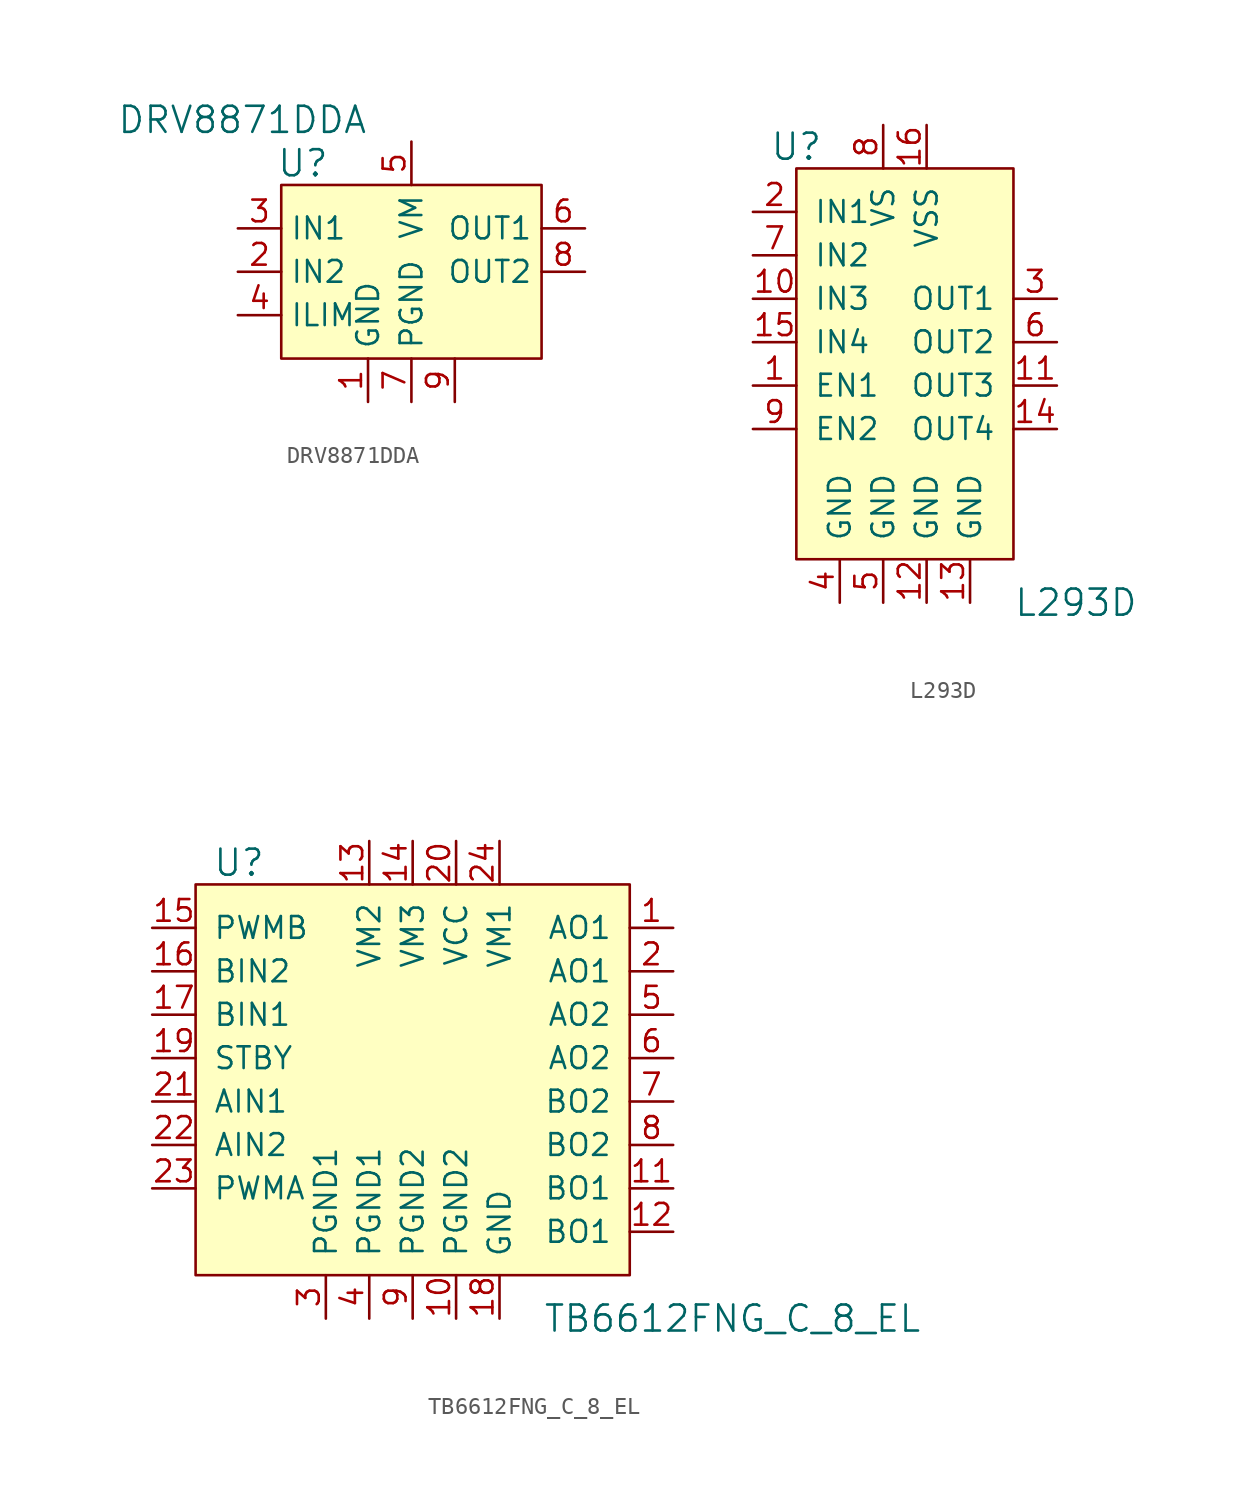
<source format=kicad_sym>
(kicad_symbol_lib
  (version 20201005)
  (generator kicad_symbol_editor)
  (symbol "DRV8871DDA"
    (property "Reference" "U"
      (at -6.35 3.81 0)
      (effects (font (size 1.524 1.524))))
    (property "Value" "DRV8871DDA"
      (at -2.54 6.35 0)
      (effects (font (size 1.524 1.524)) (justify right)))
    (symbol "DRV8871DDA_0_1"
      (rectangle (start -7.62 2.54) (end 7.62 -7.62) (stroke (width 0)) (fill (type background))))
    (symbol "DRV8871DDA_1_1"
      (pin power_in line (at -2.54 -10.16 90) (length 2.54) (name "GND" (effects (font (size 1.27 1.27)))) (number "1" (effects (font (size 1.27 1.27)))))
      (pin input line (at -10.16 -2.54 0) (length 2.54) (name "IN2" (effects (font (size 1.27 1.27)))) (number "2" (effects (font (size 1.27 1.27)))))
      (pin input line (at -10.16 0 0) (length 2.54) (name "IN1" (effects (font (size 1.27 1.27)))) (number "3" (effects (font (size 1.27 1.27)))))
      (pin input line (at -10.16 -5.08 0) (length 2.54) (name "ILIM" (effects (font (size 1.27 1.27)))) (number "4" (effects (font (size 1.27 1.27)))))
      (pin power_in line (at 0 5.08 270) (length 2.54) (name "VM" (effects (font (size 1.27 1.27)))) (number "5" (effects (font (size 1.27 1.27)))))
      (pin output line (at 10.16 0 180) (length 2.54) (name "OUT1" (effects (font (size 1.27 1.27)))) (number "6" (effects (font (size 1.27 1.27)))))
      (pin power_in line (at 0 -10.16 90) (length 2.54) (name "PGND" (effects (font (size 1.27 1.27)))) (number "7" (effects (font (size 1.27 1.27)))))
      (pin output line (at 10.16 -2.54 180) (length 2.54) (name "OUT2" (effects (font (size 1.27 1.27)))) (number "8" (effects (font (size 1.27 1.27)))))
      (pin unspecified line (at 2.54 -10.16 90) (length 2.54) (name "~" (effects (font (size 1.27 1.27)))) (number "9" (effects (font (size 1.27 1.27)))))))
  (symbol "L293D"
    (pin_names
      (offset 1.016))
    (property "Reference" "U"
      (at -5.08 11.43 0)
      (effects (font (size 1.524 1.524))))
    (property "Value" "L293D"
      (at 7.62 -15.24 0)
      (effects (font (size 1.524 1.524)) (justify left)))
    (symbol "L293D_0_1"
      (rectangle (start -5.08 10.16) (end 7.62 -12.7) (stroke (width 0)) (fill (type background))))
    (symbol "L293D_1_1"
      (pin input line (at -7.62 -2.54 0) (length 2.54) (name "EN1" (effects (font (size 1.27 1.27)))) (number "1" (effects (font (size 1.27 1.27)))))
      (pin input line (at -7.62 7.62 0) (length 2.54) (name "IN1" (effects (font (size 1.27 1.27)))) (number "2" (effects (font (size 1.27 1.27)))))
      (pin output line (at 10.16 2.54 180) (length 2.54) (name "OUT1" (effects (font (size 1.27 1.27)))) (number "3" (effects (font (size 1.27 1.27)))))
      (pin power_in line (at -2.54 -15.24 90) (length 2.54) (name "GND" (effects (font (size 1.27 1.27)))) (number "4" (effects (font (size 1.27 1.27)))))
      (pin power_in line (at 0 -15.24 90) (length 2.54) (name "GND" (effects (font (size 1.27 1.27)))) (number "5" (effects (font (size 1.27 1.27)))))
      (pin output line (at 10.16 0 180) (length 2.54) (name "OUT2" (effects (font (size 1.27 1.27)))) (number "6" (effects (font (size 1.27 1.27)))))
      (pin input line (at -7.62 5.08 0) (length 2.54) (name "IN2" (effects (font (size 1.27 1.27)))) (number "7" (effects (font (size 1.27 1.27)))))
      (pin power_in line (at 0 12.7 270) (length 2.54) (name "VS" (effects (font (size 1.27 1.27)))) (number "8" (effects (font (size 1.27 1.27)))))
      (pin input line (at -7.62 -5.08 0) (length 2.54) (name "EN2" (effects (font (size 1.27 1.27)))) (number "9" (effects (font (size 1.27 1.27)))))
      (pin input line (at -7.62 2.54 0) (length 2.54) (name "IN3" (effects (font (size 1.27 1.27)))) (number "10" (effects (font (size 1.27 1.27)))))
      (pin output line (at 10.16 -2.54 180) (length 2.54) (name "OUT3" (effects (font (size 1.27 1.27)))) (number "11" (effects (font (size 1.27 1.27)))))
      (pin power_in line (at 2.54 -15.24 90) (length 2.54) (name "GND" (effects (font (size 1.27 1.27)))) (number "12" (effects (font (size 1.27 1.27)))))
      (pin power_in line (at 5.08 -15.24 90) (length 2.54) (name "GND" (effects (font (size 1.27 1.27)))) (number "13" (effects (font (size 1.27 1.27)))))
      (pin output line (at 10.16 -5.08 180) (length 2.54) (name "OUT4" (effects (font (size 1.27 1.27)))) (number "14" (effects (font (size 1.27 1.27)))))
      (pin input line (at -7.62 0 0) (length 2.54) (name "IN4" (effects (font (size 1.27 1.27)))) (number "15" (effects (font (size 1.27 1.27)))))
      (pin power_in line (at 2.54 12.7 270) (length 2.54) (name "VSS" (effects (font (size 1.27 1.27)))) (number "16" (effects (font (size 1.27 1.27)))))))
  (symbol "TB6612FNG_C_8_EL"
    (pin_names
      (offset 1.016))
    (property "Reference" "U"
      (at -12.7 11.43 0)
      (effects (font (size 1.524 1.524))))
    (property "Value" "TB6612FNG_C_8_EL"
      (at 5.08 -15.24 0)
      (effects (font (size 1.524 1.524)) (justify left)))
    (symbol "TB6612FNG_C_8_EL_0_1"
      (rectangle (start -15.24 10.16) (end 10.16 -12.7) (stroke (width 0)) (fill (type background))))
    (symbol "TB6612FNG_C_8_EL_1_1"
      (pin output line (at 12.7 7.62 180) (length 2.54) (name "AO1" (effects (font (size 1.27 1.27)))) (number "1" (effects (font (size 1.27 1.27)))))
      (pin output line (at 12.7 5.08 180) (length 2.54) (name "AO1" (effects (font (size 1.27 1.27)))) (number "2" (effects (font (size 1.27 1.27)))))
      (pin power_in line (at -7.62 -15.24 90) (length 2.54) (name "PGND1" (effects (font (size 1.27 1.27)))) (number "3" (effects (font (size 1.27 1.27)))))
      (pin power_in line (at -5.08 -15.24 90) (length 2.54) (name "PGND1" (effects (font (size 1.27 1.27)))) (number "4" (effects (font (size 1.27 1.27)))))
      (pin output line (at 12.7 2.54 180) (length 2.54) (name "AO2" (effects (font (size 1.27 1.27)))) (number "5" (effects (font (size 1.27 1.27)))))
      (pin output line (at 12.7 0 180) (length 2.54) (name "AO2" (effects (font (size 1.27 1.27)))) (number "6" (effects (font (size 1.27 1.27)))))
      (pin output line (at 12.7 -2.54 180) (length 2.54) (name "BO2" (effects (font (size 1.27 1.27)))) (number "7" (effects (font (size 1.27 1.27)))))
      (pin output line (at 12.7 -5.08 180) (length 2.54) (name "BO2" (effects (font (size 1.27 1.27)))) (number "8" (effects (font (size 1.27 1.27)))))
      (pin power_in line (at -2.54 -15.24 90) (length 2.54) (name "PGND2" (effects (font (size 1.27 1.27)))) (number "9" (effects (font (size 1.27 1.27)))))
      (pin power_in line (at 0 -15.24 90) (length 2.54) (name "PGND2" (effects (font (size 1.27 1.27)))) (number "10" (effects (font (size 1.27 1.27)))))
      (pin power_in line (at 0 12.7 270) (length 2.54) (name "VCC" (effects (font (size 1.27 1.27)))) (number "20" (effects (font (size 1.27 1.27)))))
      (pin output line (at 12.7 -7.62 180) (length 2.54) (name "BO1" (effects (font (size 1.27 1.27)))) (number "11" (effects (font (size 1.27 1.27)))))
      (pin input line (at -17.78 -2.54 0) (length 2.54) (name "AIN1" (effects (font (size 1.27 1.27)))) (number "21" (effects (font (size 1.27 1.27)))))
      (pin output line (at 12.7 -10.16 180) (length 2.54) (name "BO1" (effects (font (size 1.27 1.27)))) (number "12" (effects (font (size 1.27 1.27)))))
      (pin input line (at -17.78 -5.08 0) (length 2.54) (name "AIN2" (effects (font (size 1.27 1.27)))) (number "22" (effects (font (size 1.27 1.27)))))
      (pin power_in line (at -5.08 12.7 270) (length 2.54) (name "VM2" (effects (font (size 1.27 1.27)))) (number "13" (effects (font (size 1.27 1.27)))))
      (pin input line (at -17.78 -7.62 0) (length 2.54) (name "PWMA" (effects (font (size 1.27 1.27)))) (number "23" (effects (font (size 1.27 1.27)))))
      (pin power_in line (at -2.54 12.7 270) (length 2.54) (name "VM3" (effects (font (size 1.27 1.27)))) (number "14" (effects (font (size 1.27 1.27)))))
      (pin power_in line (at 2.54 12.7 270) (length 2.54) (name "VM1" (effects (font (size 1.27 1.27)))) (number "24" (effects (font (size 1.27 1.27)))))
      (pin input line (at -17.78 7.62 0) (length 2.54) (name "PWMB" (effects (font (size 1.27 1.27)))) (number "15" (effects (font (size 1.27 1.27)))))
      (pin input line (at -17.78 5.08 0) (length 2.54) (name "BIN2" (effects (font (size 1.27 1.27)))) (number "16" (effects (font (size 1.27 1.27)))))
      (pin input line (at -17.78 2.54 0) (length 2.54) (name "BIN1" (effects (font (size 1.27 1.27)))) (number "17" (effects (font (size 1.27 1.27)))))
      (pin power_in line (at 2.54 -15.24 90) (length 2.54) (name "GND" (effects (font (size 1.27 1.27)))) (number "18" (effects (font (size 1.27 1.27)))))
      (pin input line (at -17.78 0 0) (length 2.54) (name "STBY" (effects (font (size 1.27 1.27)))) (number "19" (effects (font (size 1.27 1.27))))))))
</source>
